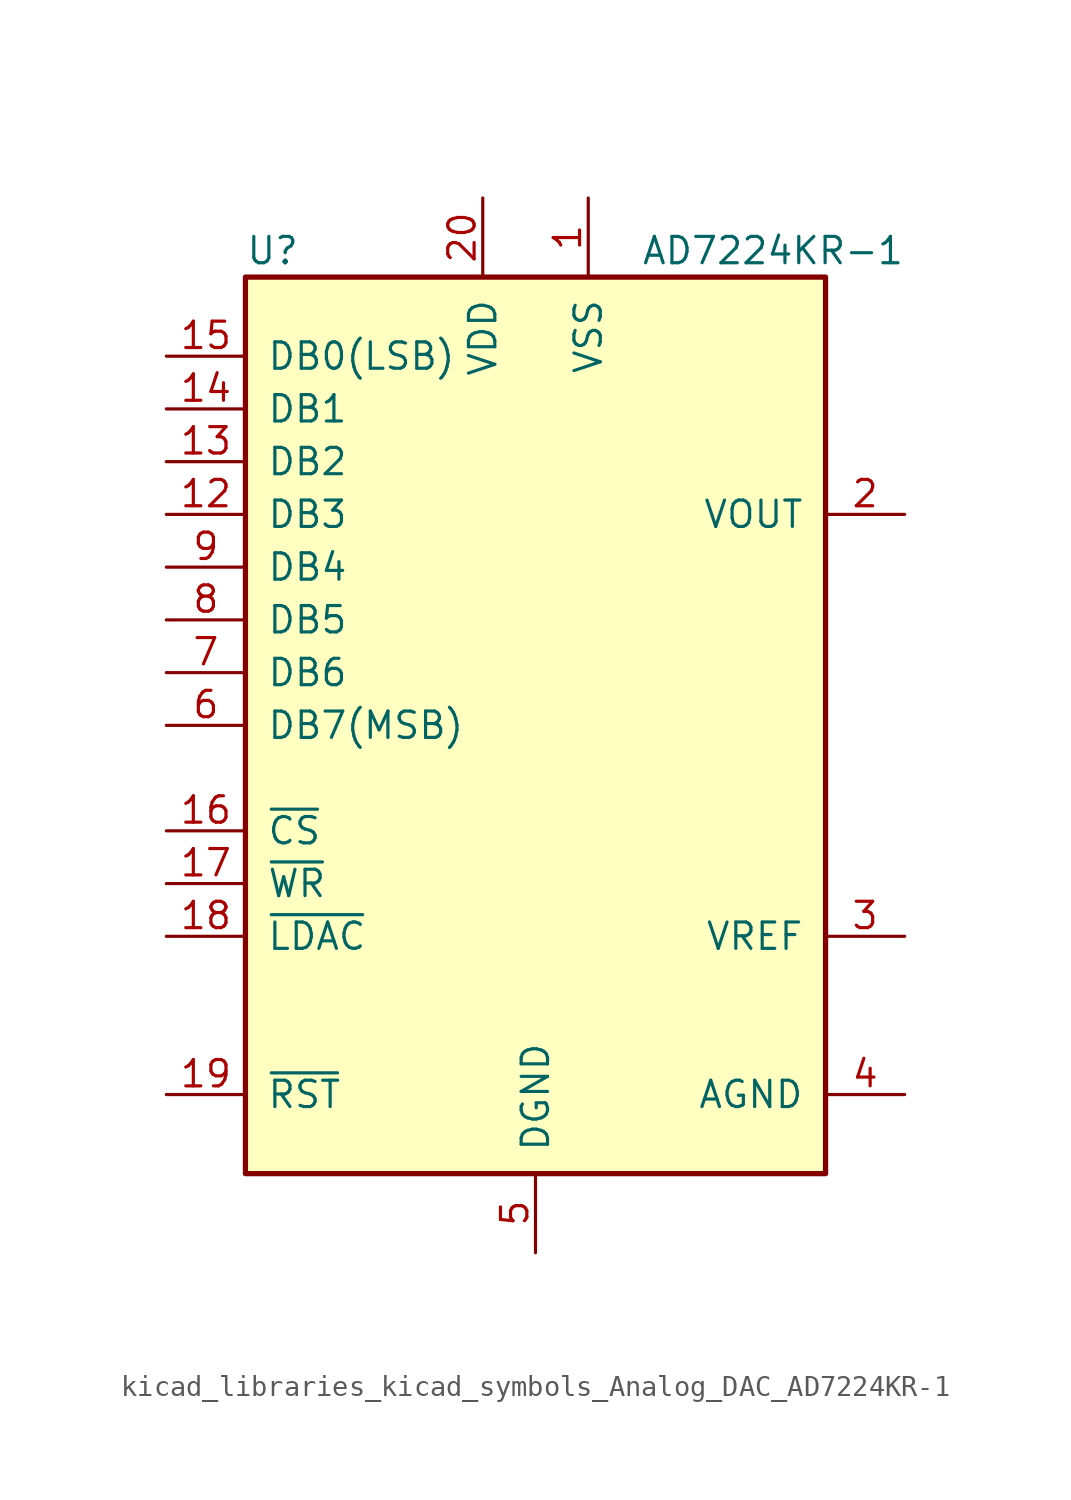
<source format=kicad_sym>
(kicad_symbol_lib
  (version 20220914)
  (generator kicad_symbol_editor)
  (symbol "kicad_libraries_kicad_symbols_Analog_DAC_AD7224KR-1"
    (pin_names
      (offset 1.016))
    (property "Reference" "U"
      (at -13.97 22.86 0)
      (effects (font (size 1.27 1.27)) (justify left)))
    (property "Value" "AD7224KR-1"
      (at 5.08 22.86 0)
      (effects (font (size 1.27 1.27)) (justify left)))
    (symbol "kicad_libraries_kicad_symbols_Analog_DAC_AD7224KR-1_1_1"
      (rectangle (start -13.97 -21.59) (end 13.97 21.59) (stroke (width 0.254) (type default)) (fill (type background)))
      (pin power_in line (at 2.54 25.4 270) (length 3.81) (name "VSS" (effects (font (size 1.27 1.27)))) (number "1" (effects (font (size 1.27 1.27)))))
      (pin input line (at -17.78 10.16 0) (length 3.81) (name "DB3" (effects (font (size 1.27 1.27)))) (number "12" (effects (font (size 1.27 1.27)))))
      (pin input line (at -17.78 12.7 0) (length 3.81) (name "DB2" (effects (font (size 1.27 1.27)))) (number "13" (effects (font (size 1.27 1.27)))))
      (pin input line (at -17.78 15.24 0) (length 3.81) (name "DB1" (effects (font (size 1.27 1.27)))) (number "14" (effects (font (size 1.27 1.27)))))
      (pin input line (at -17.78 17.78 0) (length 3.81) (name "DB0(LSB)" (effects (font (size 1.27 1.27)))) (number "15" (effects (font (size 1.27 1.27)))))
      (pin input line (at -17.78 -5.08 0) (length 3.81) (name "~{CS}" (effects (font (size 1.27 1.27)))) (number "16" (effects (font (size 1.27 1.27)))))
      (pin input line (at -17.78 -7.62 0) (length 3.81) (name "~{WR}" (effects (font (size 1.27 1.27)))) (number "17" (effects (font (size 1.27 1.27)))))
      (pin input line (at -17.78 -10.16 0) (length 3.81) (name "~{LDAC}" (effects (font (size 1.27 1.27)))) (number "18" (effects (font (size 1.27 1.27)))))
      (pin input line (at -17.78 -17.78 0) (length 3.81) (name "~{RST}" (effects (font (size 1.27 1.27)))) (number "19" (effects (font (size 1.27 1.27)))))
      (pin output line (at 17.78 10.16 180) (length 3.81) (name "VOUT" (effects (font (size 1.27 1.27)))) (number "2" (effects (font (size 1.27 1.27)))))
      (pin power_in line (at -2.54 25.4 270) (length 3.81) (name "VDD" (effects (font (size 1.27 1.27)))) (number "20" (effects (font (size 1.27 1.27)))))
      (pin passive line (at 17.78 -10.16 180) (length 3.81) (name "VREF" (effects (font (size 1.27 1.27)))) (number "3" (effects (font (size 1.27 1.27)))))
      (pin passive line (at 17.78 -17.78 180) (length 3.81) (name "AGND" (effects (font (size 1.27 1.27)))) (number "4" (effects (font (size 1.27 1.27)))))
      (pin power_in line (at 0 -25.4 90) (length 3.81) (name "DGND" (effects (font (size 1.27 1.27)))) (number "5" (effects (font (size 1.27 1.27)))))
      (pin input line (at -17.78 0 0) (length 3.81) (name "DB7(MSB)" (effects (font (size 1.27 1.27)))) (number "6" (effects (font (size 1.27 1.27)))))
      (pin input line (at -17.78 2.54 0) (length 3.81) (name "DB6" (effects (font (size 1.27 1.27)))) (number "7" (effects (font (size 1.27 1.27)))))
      (pin input line (at -17.78 5.08 0) (length 3.81) (name "DB5" (effects (font (size 1.27 1.27)))) (number "8" (effects (font (size 1.27 1.27)))))
      (pin input line (at -17.78 7.62 0) (length 3.81) (name "DB4" (effects (font (size 1.27 1.27)))) (number "9" (effects (font (size 1.27 1.27))))))))
</source>
